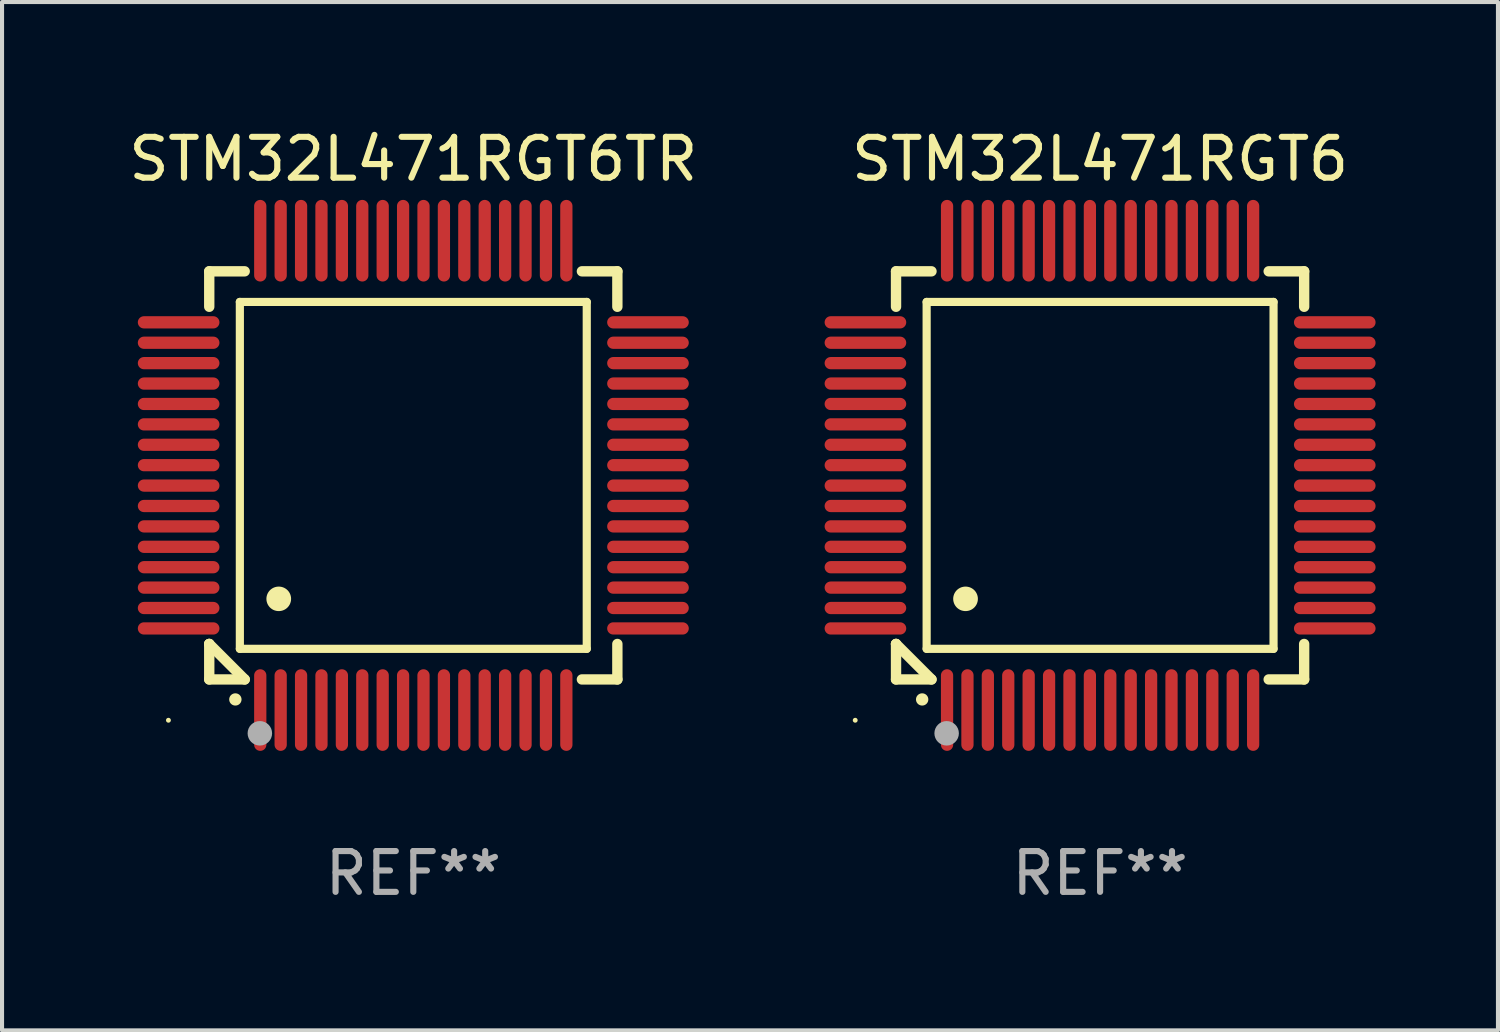
<source format=kicad_pcb>
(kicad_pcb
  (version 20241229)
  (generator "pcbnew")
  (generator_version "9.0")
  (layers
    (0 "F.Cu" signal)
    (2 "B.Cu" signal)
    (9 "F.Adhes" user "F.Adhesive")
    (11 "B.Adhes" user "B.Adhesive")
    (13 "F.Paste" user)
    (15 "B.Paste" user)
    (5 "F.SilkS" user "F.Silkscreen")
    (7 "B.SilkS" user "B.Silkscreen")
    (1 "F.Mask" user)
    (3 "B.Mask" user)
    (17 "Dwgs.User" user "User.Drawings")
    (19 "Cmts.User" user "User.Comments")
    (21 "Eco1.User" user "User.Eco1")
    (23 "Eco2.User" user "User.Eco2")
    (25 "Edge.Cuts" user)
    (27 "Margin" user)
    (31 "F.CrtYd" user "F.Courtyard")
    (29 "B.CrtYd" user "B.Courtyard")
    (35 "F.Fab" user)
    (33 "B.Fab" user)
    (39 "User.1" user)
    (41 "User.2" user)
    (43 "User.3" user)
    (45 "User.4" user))
  (footprint "STM32L471RGT6TR"
    (layer "F.Cu")
    (at 7.077 8.598)
    (property "Reference" "STM32L471RGT6TR" (at 0 -7.75 0) (layer "F.SilkS") (effects (font (size 1 1) (thickness 0.15))))
    (attr through_hole)
    (fp_line (start -5 -5) (end -4.131 -5) (stroke (width 0.254) (type solid)) (layer "F.SilkS"))
    (fp_line (start -5 -4.131) (end -5 -5) (stroke (width 0.254) (type solid)) (layer "F.SilkS"))
    (fp_line (start -5 4.131) (end -5 4.131) (stroke (width 0.254) (type solid)) (layer "F.SilkS"))
    (fp_line (start -5 5) (end -5 4.131) (stroke (width 0.254) (type solid)) (layer "F.SilkS"))
    (fp_line (start -5 4.131) (end -4.131 5) (stroke (width 0.254) (type solid)) (layer "F.SilkS"))
    (fp_line (start -4.25 -4.25) (end -4.25 4.25) (stroke (width 0.2) (type solid)) (layer "F.SilkS"))
    (fp_line (start -4.25 4.25) (end 4.25 4.25) (stroke (width 0.2) (type solid)) (layer "F.SilkS"))
    (fp_line (start -4.131 5) (end -5 5) (stroke (width 0.254) (type solid)) (layer "F.SilkS"))
    (fp_line (start 4.25 -4.25) (end -4.25 -4.25) (stroke (width 0.2) (type solid)) (layer "F.SilkS"))
    (fp_line (start 4.25 4.25) (end 4.25 -4.25) (stroke (width 0.2) (type solid)) (layer "F.SilkS"))
    (fp_line (start 5 -5) (end 4.131 -5) (stroke (width 0.254) (type solid)) (layer "F.SilkS"))
    (fp_line (start 5 -5) (end 5 -4.131) (stroke (width 0.254) (type solid)) (layer "F.SilkS"))
    (fp_line (start 5 4.131) (end 5 5) (stroke (width 0.254) (type solid)) (layer "F.SilkS"))
    (fp_line (start 5 5) (end 4.131 5) (stroke (width 0.254) (type solid)) (layer "F.SilkS"))
    (fp_arc (start -4.361265 5.489992) (mid -4.359995 5.489987) (end -4.358725 5.489992) (stroke (width 0.3) (type solid)) (layer "F.SilkS"))
    (fp_arc (start -3.299467 3.025146) (mid -3.296927 3.025135) (end -3.294387 3.025146) (stroke (width 0.6) (type solid)) (layer "F.SilkS"))
    (fp_circle (center -6 6) (end -5.97 6) (stroke (width 0.06) (type solid)) (fill no) (layer "F.SilkS"))
    (fp_circle (center -3.76 6.32) (end -3.61 6.32) (stroke (width 0.3) (type solid)) (fill no) (layer "F.Fab"))
    (fp_text user "REF**" (at 0 9.75 0) (layer "F.Fab") (effects (font (size 1 1) (thickness 0.15))))
    (pad "1" smd oval (at -3.75 5.75) (size 0.3 2) (layers "F.Cu" "F.Mask" "F.Paste"))
    (pad "2" smd oval (at -3.25 5.75) (size 0.3 2) (layers "F.Cu" "F.Mask" "F.Paste"))
    (pad "3" smd oval (at -2.75 5.75) (size 0.3 2) (layers "F.Cu" "F.Mask" "F.Paste"))
    (pad "4" smd oval (at -2.25 5.75) (size 0.3 2) (layers "F.Cu" "F.Mask" "F.Paste"))
    (pad "5" smd oval (at -1.75 5.75) (size 0.3 2) (layers "F.Cu" "F.Mask" "F.Paste"))
    (pad "6" smd oval (at -1.25 5.75) (size 0.3 2) (layers "F.Cu" "F.Mask" "F.Paste"))
    (pad "7" smd oval (at -0.75 5.75) (size 0.3 2) (layers "F.Cu" "F.Mask" "F.Paste"))
    (pad "8" smd oval (at -0.25 5.75) (size 0.3 2) (layers "F.Cu" "F.Mask" "F.Paste"))
    (pad "9" smd oval (at 0.25 5.75) (size 0.3 2) (layers "F.Cu" "F.Mask" "F.Paste"))
    (pad "10" smd oval (at 0.75 5.75) (size 0.3 2) (layers "F.Cu" "F.Mask" "F.Paste"))
    (pad "11" smd oval (at 1.25 5.75) (size 0.3 2) (layers "F.Cu" "F.Mask" "F.Paste"))
    (pad "12" smd oval (at 1.75 5.75) (size 0.3 2) (layers "F.Cu" "F.Mask" "F.Paste"))
    (pad "13" smd oval (at 2.25 5.75) (size 0.3 2) (layers "F.Cu" "F.Mask" "F.Paste"))
    (pad "14" smd oval (at 2.75 5.75) (size 0.3 2) (layers "F.Cu" "F.Mask" "F.Paste"))
    (pad "15" smd oval (at 3.25 5.75) (size 0.3 2) (layers "F.Cu" "F.Mask" "F.Paste"))
    (pad "16" smd oval (at 3.75 5.75) (size 0.3 2) (layers "F.Cu" "F.Mask" "F.Paste"))
    (pad "17" smd oval (at 5.75 3.75) (size 2 0.3) (layers "F.Cu" "F.Mask" "F.Paste"))
    (pad "18" smd oval (at 5.75 3.25) (size 2 0.3) (layers "F.Cu" "F.Mask" "F.Paste"))
    (pad "19" smd oval (at 5.75 2.75) (size 2 0.3) (layers "F.Cu" "F.Mask" "F.Paste"))
    (pad "20" smd oval (at 5.75 2.25) (size 2 0.3) (layers "F.Cu" "F.Mask" "F.Paste"))
    (pad "21" smd oval (at 5.75 1.75) (size 2 0.3) (layers "F.Cu" "F.Mask" "F.Paste"))
    (pad "22" smd oval (at 5.75 1.25) (size 2 0.3) (layers "F.Cu" "F.Mask" "F.Paste"))
    (pad "23" smd oval (at 5.75 0.75) (size 2 0.3) (layers "F.Cu" "F.Mask" "F.Paste"))
    (pad "24" smd oval (at 5.75 0.25) (size 2 0.3) (layers "F.Cu" "F.Mask" "F.Paste"))
    (pad "25" smd oval (at 5.75 -0.25) (size 2 0.3) (layers "F.Cu" "F.Mask" "F.Paste"))
    (pad "26" smd oval (at 5.75 -0.75) (size 2 0.3) (layers "F.Cu" "F.Mask" "F.Paste"))
    (pad "27" smd oval (at 5.75 -1.25) (size 2 0.3) (layers "F.Cu" "F.Mask" "F.Paste"))
    (pad "28" smd oval (at 5.75 -1.75) (size 2 0.3) (layers "F.Cu" "F.Mask" "F.Paste"))
    (pad "29" smd oval (at 5.75 -2.25) (size 2 0.3) (layers "F.Cu" "F.Mask" "F.Paste"))
    (pad "30" smd oval (at 5.75 -2.75) (size 2 0.3) (layers "F.Cu" "F.Mask" "F.Paste"))
    (pad "31" smd oval (at 5.75 -3.25) (size 2 0.3) (layers "F.Cu" "F.Mask" "F.Paste"))
    (pad "32" smd oval (at 5.75 -3.75) (size 2 0.3) (layers "F.Cu" "F.Mask" "F.Paste"))
    (pad "33" smd oval (at 3.75 -5.75) (size 0.3 2) (layers "F.Cu" "F.Mask" "F.Paste"))
    (pad "34" smd oval (at 3.25 -5.75) (size 0.3 2) (layers "F.Cu" "F.Mask" "F.Paste"))
    (pad "35" smd oval (at 2.75 -5.75) (size 0.3 2) (layers "F.Cu" "F.Mask" "F.Paste"))
    (pad "36" smd oval (at 2.25 -5.75) (size 0.3 2) (layers "F.Cu" "F.Mask" "F.Paste"))
    (pad "37" smd oval (at 1.75 -5.75) (size 0.3 2) (layers "F.Cu" "F.Mask" "F.Paste"))
    (pad "38" smd oval (at 1.25 -5.75) (size 0.3 2) (layers "F.Cu" "F.Mask" "F.Paste"))
    (pad "39" smd oval (at 0.75 -5.75) (size 0.3 2) (layers "F.Cu" "F.Mask" "F.Paste"))
    (pad "40" smd oval (at 0.25 -5.75) (size 0.3 2) (layers "F.Cu" "F.Mask" "F.Paste"))
    (pad "41" smd oval (at -0.25 -5.75) (size 0.3 2) (layers "F.Cu" "F.Mask" "F.Paste"))
    (pad "42" smd oval (at -0.75 -5.75) (size 0.3 2) (layers "F.Cu" "F.Mask" "F.Paste"))
    (pad "43" smd oval (at -1.25 -5.75) (size 0.3 2) (layers "F.Cu" "F.Mask" "F.Paste"))
    (pad "44" smd oval (at -1.75 -5.75) (size 0.3 2) (layers "F.Cu" "F.Mask" "F.Paste"))
    (pad "45" smd oval (at -2.25 -5.75) (size 0.3 2) (layers "F.Cu" "F.Mask" "F.Paste"))
    (pad "46" smd oval (at -2.75 -5.75) (size 0.3 2) (layers "F.Cu" "F.Mask" "F.Paste"))
    (pad "47" smd oval (at -3.25 -5.75) (size 0.3 2) (layers "F.Cu" "F.Mask" "F.Paste"))
    (pad "48" smd oval (at -3.75 -5.75) (size 0.3 2) (layers "F.Cu" "F.Mask" "F.Paste"))
    (pad "49" smd oval (at -5.75 -3.75) (size 2 0.3) (layers "F.Cu" "F.Mask" "F.Paste"))
    (pad "50" smd oval (at -5.75 -3.25) (size 2 0.3) (layers "F.Cu" "F.Mask" "F.Paste"))
    (pad "51" smd oval (at -5.75 -2.75) (size 2 0.3) (layers "F.Cu" "F.Mask" "F.Paste"))
    (pad "52" smd oval (at -5.75 -2.25) (size 2 0.3) (layers "F.Cu" "F.Mask" "F.Paste"))
    (pad "53" smd oval (at -5.75 -1.75) (size 2 0.3) (layers "F.Cu" "F.Mask" "F.Paste"))
    (pad "54" smd oval (at -5.75 -1.25) (size 2 0.3) (layers "F.Cu" "F.Mask" "F.Paste"))
    (pad "55" smd oval (at -5.75 -0.75) (size 2 0.3) (layers "F.Cu" "F.Mask" "F.Paste"))
    (pad "56" smd oval (at -5.75 -0.25) (size 2 0.3) (layers "F.Cu" "F.Mask" "F.Paste"))
    (pad "57" smd oval (at -5.75 0.25) (size 2 0.3) (layers "F.Cu" "F.Mask" "F.Paste"))
    (pad "58" smd oval (at -5.75 0.75) (size 2 0.3) (layers "F.Cu" "F.Mask" "F.Paste"))
    (pad "59" smd oval (at -5.75 1.25) (size 2 0.3) (layers "F.Cu" "F.Mask" "F.Paste"))
    (pad "60" smd oval (at -5.75 1.75) (size 2 0.3) (layers "F.Cu" "F.Mask" "F.Paste"))
    (pad "61" smd oval (at -5.75 2.25) (size 2 0.3) (layers "F.Cu" "F.Mask" "F.Paste"))
    (pad "62" smd oval (at -5.75 2.75) (size 2 0.3) (layers "F.Cu" "F.Mask" "F.Paste"))
    (pad "63" smd oval (at -5.75 3.25) (size 2 0.3) (layers "F.Cu" "F.Mask" "F.Paste"))
    (pad "64" smd oval (at -5.75 3.75) (size 2 0.3) (layers "F.Cu" "F.Mask" "F.Paste")))
  (footprint "STM32L471RGT6"
    (layer "F.Cu")
    (at 23.905 8.598)
    (property "Reference" "STM32L471RGT6" (at 0 -7.75 0) (layer "F.SilkS") (effects (font (size 1 1) (thickness 0.15))))
    (attr through_hole)
    (fp_line (start -5 -5) (end -4.131 -5) (stroke (width 0.254) (type solid)) (layer "F.SilkS"))
    (fp_line (start -5 -4.131) (end -5 -5) (stroke (width 0.254) (type solid)) (layer "F.SilkS"))
    (fp_line (start -5 4.131) (end -5 4.131) (stroke (width 0.254) (type solid)) (layer "F.SilkS"))
    (fp_line (start -5 5) (end -5 4.131) (stroke (width 0.254) (type solid)) (layer "F.SilkS"))
    (fp_line (start -5 4.131) (end -4.131 5) (stroke (width 0.254) (type solid)) (layer "F.SilkS"))
    (fp_line (start -4.25 -4.25) (end -4.25 4.25) (stroke (width 0.2) (type solid)) (layer "F.SilkS"))
    (fp_line (start -4.25 4.25) (end 4.25 4.25) (stroke (width 0.2) (type solid)) (layer "F.SilkS"))
    (fp_line (start -4.131 5) (end -5 5) (stroke (width 0.254) (type solid)) (layer "F.SilkS"))
    (fp_line (start 4.25 -4.25) (end -4.25 -4.25) (stroke (width 0.2) (type solid)) (layer "F.SilkS"))
    (fp_line (start 4.25 4.25) (end 4.25 -4.25) (stroke (width 0.2) (type solid)) (layer "F.SilkS"))
    (fp_line (start 5 -5) (end 4.131 -5) (stroke (width 0.254) (type solid)) (layer "F.SilkS"))
    (fp_line (start 5 -5) (end 5 -4.131) (stroke (width 0.254) (type solid)) (layer "F.SilkS"))
    (fp_line (start 5 4.131) (end 5 5) (stroke (width 0.254) (type solid)) (layer "F.SilkS"))
    (fp_line (start 5 5) (end 4.131 5) (stroke (width 0.254) (type solid)) (layer "F.SilkS"))
    (fp_arc (start -4.361265 5.489992) (mid -4.359995 5.489987) (end -4.358725 5.489992) (stroke (width 0.3) (type solid)) (layer "F.SilkS"))
    (fp_arc (start -3.299467 3.025146) (mid -3.296927 3.025135) (end -3.294387 3.025146) (stroke (width 0.6) (type solid)) (layer "F.SilkS"))
    (fp_circle (center -6 6) (end -5.97 6) (stroke (width 0.06) (type solid)) (fill no) (layer "F.SilkS"))
    (fp_circle (center -3.76 6.32) (end -3.61 6.32) (stroke (width 0.3) (type solid)) (fill no) (layer "F.Fab"))
    (fp_text user "REF**" (at 0 9.75 0) (layer "F.Fab") (effects (font (size 1 1) (thickness 0.15))))
    (pad "1" smd oval (at -3.75 5.75) (size 0.3 2) (layers "F.Cu" "F.Mask" "F.Paste"))
    (pad "2" smd oval (at -3.25 5.75) (size 0.3 2) (layers "F.Cu" "F.Mask" "F.Paste"))
    (pad "3" smd oval (at -2.75 5.75) (size 0.3 2) (layers "F.Cu" "F.Mask" "F.Paste"))
    (pad "4" smd oval (at -2.25 5.75) (size 0.3 2) (layers "F.Cu" "F.Mask" "F.Paste"))
    (pad "5" smd oval (at -1.75 5.75) (size 0.3 2) (layers "F.Cu" "F.Mask" "F.Paste"))
    (pad "6" smd oval (at -1.25 5.75) (size 0.3 2) (layers "F.Cu" "F.Mask" "F.Paste"))
    (pad "7" smd oval (at -0.75 5.75) (size 0.3 2) (layers "F.Cu" "F.Mask" "F.Paste"))
    (pad "8" smd oval (at -0.25 5.75) (size 0.3 2) (layers "F.Cu" "F.Mask" "F.Paste"))
    (pad "9" smd oval (at 0.25 5.75) (size 0.3 2) (layers "F.Cu" "F.Mask" "F.Paste"))
    (pad "10" smd oval (at 0.75 5.75) (size 0.3 2) (layers "F.Cu" "F.Mask" "F.Paste"))
    (pad "11" smd oval (at 1.25 5.75) (size 0.3 2) (layers "F.Cu" "F.Mask" "F.Paste"))
    (pad "12" smd oval (at 1.75 5.75) (size 0.3 2) (layers "F.Cu" "F.Mask" "F.Paste"))
    (pad "13" smd oval (at 2.25 5.75) (size 0.3 2) (layers "F.Cu" "F.Mask" "F.Paste"))
    (pad "14" smd oval (at 2.75 5.75) (size 0.3 2) (layers "F.Cu" "F.Mask" "F.Paste"))
    (pad "15" smd oval (at 3.25 5.75) (size 0.3 2) (layers "F.Cu" "F.Mask" "F.Paste"))
    (pad "16" smd oval (at 3.75 5.75) (size 0.3 2) (layers "F.Cu" "F.Mask" "F.Paste"))
    (pad "17" smd oval (at 5.75 3.75) (size 2 0.3) (layers "F.Cu" "F.Mask" "F.Paste"))
    (pad "18" smd oval (at 5.75 3.25) (size 2 0.3) (layers "F.Cu" "F.Mask" "F.Paste"))
    (pad "19" smd oval (at 5.75 2.75) (size 2 0.3) (layers "F.Cu" "F.Mask" "F.Paste"))
    (pad "20" smd oval (at 5.75 2.25) (size 2 0.3) (layers "F.Cu" "F.Mask" "F.Paste"))
    (pad "21" smd oval (at 5.75 1.75) (size 2 0.3) (layers "F.Cu" "F.Mask" "F.Paste"))
    (pad "22" smd oval (at 5.75 1.25) (size 2 0.3) (layers "F.Cu" "F.Mask" "F.Paste"))
    (pad "23" smd oval (at 5.75 0.75) (size 2 0.3) (layers "F.Cu" "F.Mask" "F.Paste"))
    (pad "24" smd oval (at 5.75 0.25) (size 2 0.3) (layers "F.Cu" "F.Mask" "F.Paste"))
    (pad "25" smd oval (at 5.75 -0.25) (size 2 0.3) (layers "F.Cu" "F.Mask" "F.Paste"))
    (pad "26" smd oval (at 5.75 -0.75) (size 2 0.3) (layers "F.Cu" "F.Mask" "F.Paste"))
    (pad "27" smd oval (at 5.75 -1.25) (size 2 0.3) (layers "F.Cu" "F.Mask" "F.Paste"))
    (pad "28" smd oval (at 5.75 -1.75) (size 2 0.3) (layers "F.Cu" "F.Mask" "F.Paste"))
    (pad "29" smd oval (at 5.75 -2.25) (size 2 0.3) (layers "F.Cu" "F.Mask" "F.Paste"))
    (pad "30" smd oval (at 5.75 -2.75) (size 2 0.3) (layers "F.Cu" "F.Mask" "F.Paste"))
    (pad "31" smd oval (at 5.75 -3.25) (size 2 0.3) (layers "F.Cu" "F.Mask" "F.Paste"))
    (pad "32" smd oval (at 5.75 -3.75) (size 2 0.3) (layers "F.Cu" "F.Mask" "F.Paste"))
    (pad "33" smd oval (at 3.75 -5.75) (size 0.3 2) (layers "F.Cu" "F.Mask" "F.Paste"))
    (pad "34" smd oval (at 3.25 -5.75) (size 0.3 2) (layers "F.Cu" "F.Mask" "F.Paste"))
    (pad "35" smd oval (at 2.75 -5.75) (size 0.3 2) (layers "F.Cu" "F.Mask" "F.Paste"))
    (pad "36" smd oval (at 2.25 -5.75) (size 0.3 2) (layers "F.Cu" "F.Mask" "F.Paste"))
    (pad "37" smd oval (at 1.75 -5.75) (size 0.3 2) (layers "F.Cu" "F.Mask" "F.Paste"))
    (pad "38" smd oval (at 1.25 -5.75) (size 0.3 2) (layers "F.Cu" "F.Mask" "F.Paste"))
    (pad "39" smd oval (at 0.75 -5.75) (size 0.3 2) (layers "F.Cu" "F.Mask" "F.Paste"))
    (pad "40" smd oval (at 0.25 -5.75) (size 0.3 2) (layers "F.Cu" "F.Mask" "F.Paste"))
    (pad "41" smd oval (at -0.25 -5.75) (size 0.3 2) (layers "F.Cu" "F.Mask" "F.Paste"))
    (pad "42" smd oval (at -0.75 -5.75) (size 0.3 2) (layers "F.Cu" "F.Mask" "F.Paste"))
    (pad "43" smd oval (at -1.25 -5.75) (size 0.3 2) (layers "F.Cu" "F.Mask" "F.Paste"))
    (pad "44" smd oval (at -1.75 -5.75) (size 0.3 2) (layers "F.Cu" "F.Mask" "F.Paste"))
    (pad "45" smd oval (at -2.25 -5.75) (size 0.3 2) (layers "F.Cu" "F.Mask" "F.Paste"))
    (pad "46" smd oval (at -2.75 -5.75) (size 0.3 2) (layers "F.Cu" "F.Mask" "F.Paste"))
    (pad "47" smd oval (at -3.25 -5.75) (size 0.3 2) (layers "F.Cu" "F.Mask" "F.Paste"))
    (pad "48" smd oval (at -3.75 -5.75) (size 0.3 2) (layers "F.Cu" "F.Mask" "F.Paste"))
    (pad "49" smd oval (at -5.75 -3.75) (size 2 0.3) (layers "F.Cu" "F.Mask" "F.Paste"))
    (pad "50" smd oval (at -5.75 -3.25) (size 2 0.3) (layers "F.Cu" "F.Mask" "F.Paste"))
    (pad "51" smd oval (at -5.75 -2.75) (size 2 0.3) (layers "F.Cu" "F.Mask" "F.Paste"))
    (pad "52" smd oval (at -5.75 -2.25) (size 2 0.3) (layers "F.Cu" "F.Mask" "F.Paste"))
    (pad "53" smd oval (at -5.75 -1.75) (size 2 0.3) (layers "F.Cu" "F.Mask" "F.Paste"))
    (pad "54" smd oval (at -5.75 -1.25) (size 2 0.3) (layers "F.Cu" "F.Mask" "F.Paste"))
    (pad "55" smd oval (at -5.75 -0.75) (size 2 0.3) (layers "F.Cu" "F.Mask" "F.Paste"))
    (pad "56" smd oval (at -5.75 -0.25) (size 2 0.3) (layers "F.Cu" "F.Mask" "F.Paste"))
    (pad "57" smd oval (at -5.75 0.25) (size 2 0.3) (layers "F.Cu" "F.Mask" "F.Paste"))
    (pad "58" smd oval (at -5.75 0.75) (size 2 0.3) (layers "F.Cu" "F.Mask" "F.Paste"))
    (pad "59" smd oval (at -5.75 1.25) (size 2 0.3) (layers "F.Cu" "F.Mask" "F.Paste"))
    (pad "60" smd oval (at -5.75 1.75) (size 2 0.3) (layers "F.Cu" "F.Mask" "F.Paste"))
    (pad "61" smd oval (at -5.75 2.25) (size 2 0.3) (layers "F.Cu" "F.Mask" "F.Paste"))
    (pad "62" smd oval (at -5.75 2.75) (size 2 0.3) (layers "F.Cu" "F.Mask" "F.Paste"))
    (pad "63" smd oval (at -5.75 3.25) (size 2 0.3) (layers "F.Cu" "F.Mask" "F.Paste"))
    (pad "64" smd oval (at -5.75 3.75) (size 2 0.3) (layers "F.Cu" "F.Mask" "F.Paste")))
  (gr_rect
    (start -3 -3)
    (end 33.654 22.196)
    (stroke (width 0.1) (type default))
    (fill no)
    (layer "Edge.Cuts")))
</source>
